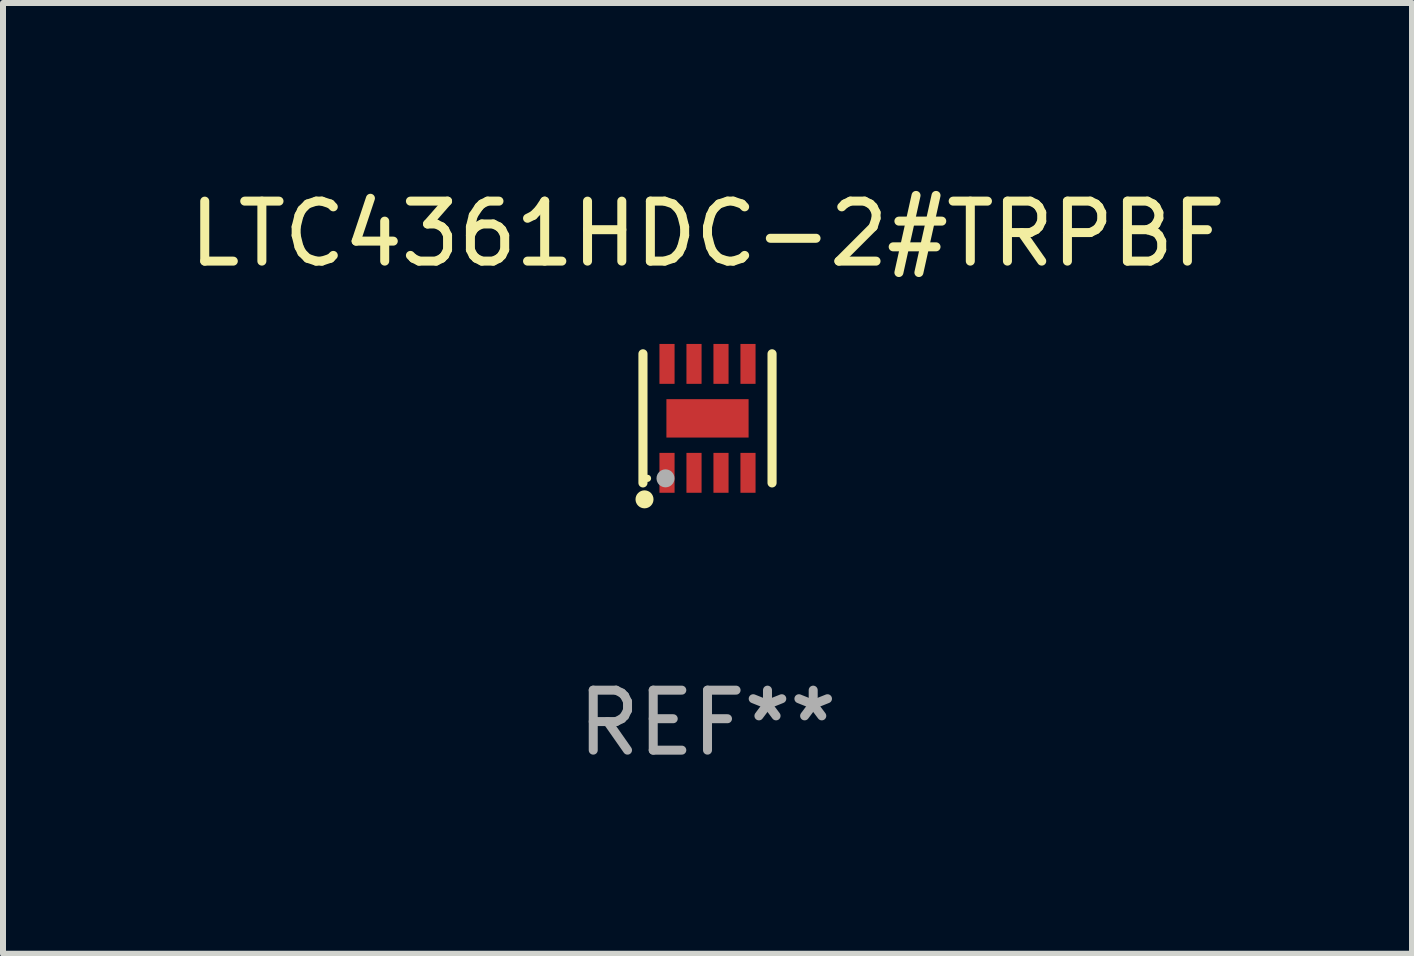
<source format=kicad_pcb>
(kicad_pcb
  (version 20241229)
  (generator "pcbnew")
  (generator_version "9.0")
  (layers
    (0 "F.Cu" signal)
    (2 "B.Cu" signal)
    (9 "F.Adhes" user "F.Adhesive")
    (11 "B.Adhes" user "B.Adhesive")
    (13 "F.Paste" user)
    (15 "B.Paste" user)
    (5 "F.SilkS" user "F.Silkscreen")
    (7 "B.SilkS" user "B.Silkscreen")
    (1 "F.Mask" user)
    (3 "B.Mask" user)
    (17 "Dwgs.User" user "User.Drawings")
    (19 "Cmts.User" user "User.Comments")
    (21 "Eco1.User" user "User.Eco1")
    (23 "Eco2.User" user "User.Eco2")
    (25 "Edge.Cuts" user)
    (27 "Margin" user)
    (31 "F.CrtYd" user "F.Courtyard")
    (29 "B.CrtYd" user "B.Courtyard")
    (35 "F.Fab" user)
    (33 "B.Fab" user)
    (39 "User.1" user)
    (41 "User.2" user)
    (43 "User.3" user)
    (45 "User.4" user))
  (footprint "LTC4361HDC-2#TRPBF"
    (layer "F.Cu")
    (at 8.744 3.924)
    (property "Reference" "LTC4361HDC-2#TRPBF" (at 0 -3.076 0) (layer "F.SilkS") (effects (font (size 1 1) (thickness 0.15))))
    (attr through_hole)
    (fp_line (start -1.076 1.076) (end -1.076 -1.076) (stroke (width 0.152) (type solid)) (layer "F.SilkS"))
    (fp_line (start 1.076 1.076) (end 1.076 -1.076) (stroke (width 0.152) (type solid)) (layer "F.SilkS"))
    (fp_circle (center -1.05 1.35) (end -0.975 1.35) (stroke (width 0.15) (type solid)) (fill no) (layer "F.SilkS"))
    (fp_circle (center -1 1) (end -0.97 1) (stroke (width 0.06) (type solid)) (fill no) (layer "F.SilkS"))
    (fp_circle (center -0.7 1) (end -0.625 1) (stroke (width 0.15) (type solid)) (fill no) (layer "F.Fab"))
    (fp_text user "REF**" (at 0 5.076 0) (layer "F.Fab") (effects (font (size 1 1) (thickness 0.15))))
    (pad "1" smd rect (at -0.675 0.908) (size 0.252 0.665) (layers "F.Cu" "F.Mask" "F.Paste"))
    (pad "2" smd rect (at -0.225 0.908) (size 0.252 0.665) (layers "F.Cu" "F.Mask" "F.Paste"))
    (pad "3" smd rect (at 0.225 0.908) (size 0.252 0.665) (layers "F.Cu" "F.Mask" "F.Paste"))
    (pad "4" smd rect (at 0.675 0.908) (size 0.252 0.665) (layers "F.Cu" "F.Mask" "F.Paste"))
    (pad "5" smd rect (at 0.675 -0.908) (size 0.252 0.665) (layers "F.Cu" "F.Mask" "F.Paste"))
    (pad "6" smd rect (at 0.225 -0.908) (size 0.252 0.665) (layers "F.Cu" "F.Mask" "F.Paste"))
    (pad "7" smd rect (at -0.225 -0.908) (size 0.252 0.665) (layers "F.Cu" "F.Mask" "F.Paste"))
    (pad "8" smd rect (at -0.675 -0.908) (size 0.252 0.665) (layers "F.Cu" "F.Mask" "F.Paste"))
    (pad "9" smd rect (at 0 0) (size 1.37 0.64) (layers "F.Cu" "F.Mask" "F.Paste")))
  (gr_rect
    (start -3 -3)
    (end 20.488 12.849)
    (stroke (width 0.1) (type default))
    (fill no)
    (layer "Edge.Cuts")))
</source>
